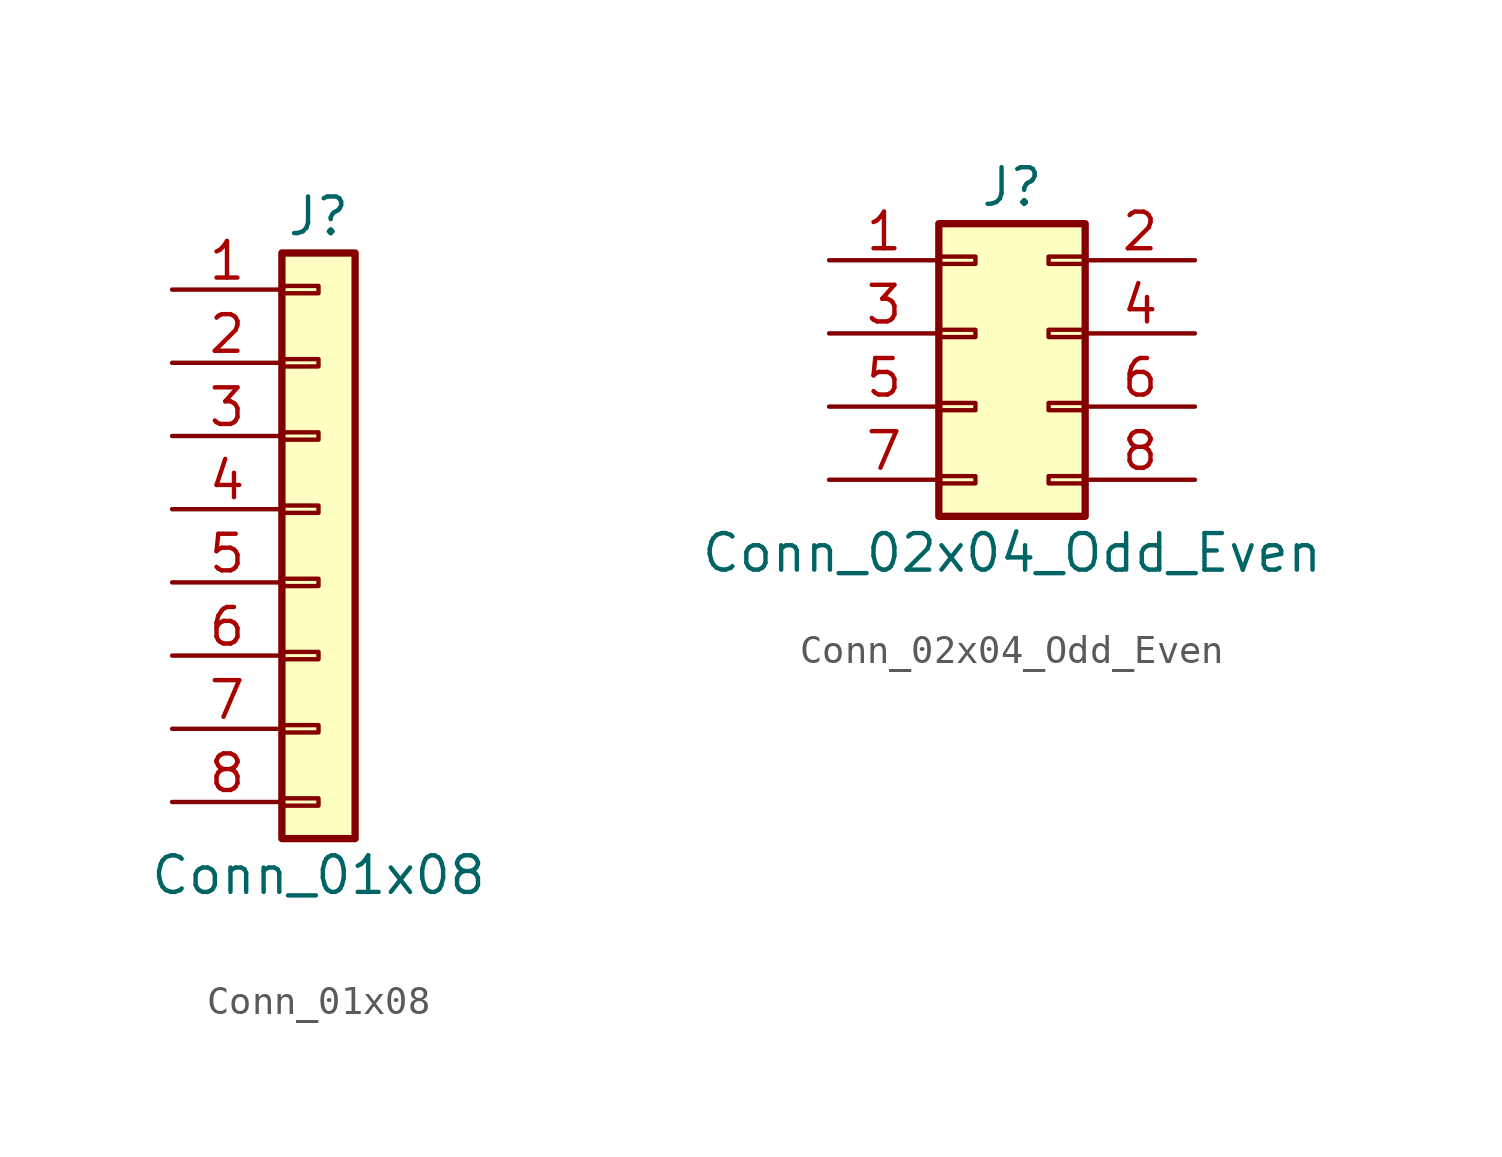
<source format=kicad_sym>
(kicad_symbol_lib
  (version 20231120)
  (generator "kicad_symbol_editor")
  (generator_version "8.0")
  (symbol "Conn_01x08"
    (pin_names
      (offset 1.016) hide)
    (property "Reference" "J"
      (at 0 10.16 0)
      (effects (font (size 1.27 1.27))))
    (property "Value" "Conn_01x08"
      (at 0 -12.7 0)
      (effects (font (size 1.27 1.27))))
    (symbol "Conn_01x08_1_1"
      (rectangle (start -1.27 -10.033) (end 0 -10.287) (stroke (width 0.152) (type solid)) (fill (type none)))
      (rectangle (start -1.27 -7.493) (end 0 -7.747) (stroke (width 0.152) (type solid)) (fill (type none)))
      (rectangle (start -1.27 -4.953) (end 0 -5.207) (stroke (width 0.152) (type solid)) (fill (type none)))
      (rectangle (start -1.27 -2.413) (end 0 -2.667) (stroke (width 0.152) (type solid)) (fill (type none)))
      (rectangle (start -1.27 0.127) (end 0 -0.127) (stroke (width 0.152) (type solid)) (fill (type none)))
      (rectangle (start -1.27 2.667) (end 0 2.413) (stroke (width 0.152) (type solid)) (fill (type none)))
      (rectangle (start -1.27 5.207) (end 0 4.953) (stroke (width 0.152) (type solid)) (fill (type none)))
      (rectangle (start -1.27 7.747) (end 0 7.493) (stroke (width 0.152) (type solid)) (fill (type none)))
      (rectangle (start -1.27 8.89) (end 1.27 -11.43) (stroke (width 0.254) (type solid)) (fill (type background)))
      (pin passive line (at -5.08 7.62 0) (length 3.81) (name "Pin_1" (effects (font (size 1.27 1.27)))) (number "1" (effects (font (size 1.27 1.27)))))
      (pin passive line (at -5.08 5.08 0) (length 3.81) (name "Pin_2" (effects (font (size 1.27 1.27)))) (number "2" (effects (font (size 1.27 1.27)))))
      (pin passive line (at -5.08 2.54 0) (length 3.81) (name "Pin_3" (effects (font (size 1.27 1.27)))) (number "3" (effects (font (size 1.27 1.27)))))
      (pin passive line (at -5.08 0 0) (length 3.81) (name "Pin_4" (effects (font (size 1.27 1.27)))) (number "4" (effects (font (size 1.27 1.27)))))
      (pin passive line (at -5.08 -2.54 0) (length 3.81) (name "Pin_5" (effects (font (size 1.27 1.27)))) (number "5" (effects (font (size 1.27 1.27)))))
      (pin passive line (at -5.08 -5.08 0) (length 3.81) (name "Pin_6" (effects (font (size 1.27 1.27)))) (number "6" (effects (font (size 1.27 1.27)))))
      (pin passive line (at -5.08 -7.62 0) (length 3.81) (name "Pin_7" (effects (font (size 1.27 1.27)))) (number "7" (effects (font (size 1.27 1.27)))))
      (pin passive line (at -5.08 -10.16 0) (length 3.81) (name "Pin_8" (effects (font (size 1.27 1.27)))) (number "8" (effects (font (size 1.27 1.27)))))))
  (symbol "Conn_02x04_Odd_Even"
    (pin_names
      (offset 1.016) hide)
    (property "Reference" "J"
      (at 1.27 5.08 0)
      (effects (font (size 1.27 1.27))))
    (property "Value" "Conn_02x04_Odd_Even"
      (at 1.27 -7.62 0)
      (effects (font (size 1.27 1.27))))
    (symbol "Conn_02x04_Odd_Even_1_1"
      (rectangle (start -1.27 -4.953) (end 0 -5.207) (stroke (width 0.152) (type solid)) (fill (type none)))
      (rectangle (start -1.27 -2.413) (end 0 -2.667) (stroke (width 0.152) (type solid)) (fill (type none)))
      (rectangle (start -1.27 0.127) (end 0 -0.127) (stroke (width 0.152) (type solid)) (fill (type none)))
      (rectangle (start -1.27 2.667) (end 0 2.413) (stroke (width 0.152) (type solid)) (fill (type none)))
      (rectangle (start -1.27 3.81) (end 3.81 -6.35) (stroke (width 0.254) (type solid)) (fill (type background)))
      (rectangle (start 3.81 -4.953) (end 2.54 -5.207) (stroke (width 0.152) (type solid)) (fill (type none)))
      (rectangle (start 3.81 -2.413) (end 2.54 -2.667) (stroke (width 0.152) (type solid)) (fill (type none)))
      (rectangle (start 3.81 0.127) (end 2.54 -0.127) (stroke (width 0.152) (type solid)) (fill (type none)))
      (rectangle (start 3.81 2.667) (end 2.54 2.413) (stroke (width 0.152) (type solid)) (fill (type none)))
      (pin passive line (at -5.08 2.54 0) (length 3.81) (name "Pin_1" (effects (font (size 1.27 1.27)))) (number "1" (effects (font (size 1.27 1.27)))))
      (pin passive line (at 7.62 2.54 180) (length 3.81) (name "Pin_2" (effects (font (size 1.27 1.27)))) (number "2" (effects (font (size 1.27 1.27)))))
      (pin passive line (at -5.08 0 0) (length 3.81) (name "Pin_3" (effects (font (size 1.27 1.27)))) (number "3" (effects (font (size 1.27 1.27)))))
      (pin passive line (at 7.62 0 180) (length 3.81) (name "Pin_4" (effects (font (size 1.27 1.27)))) (number "4" (effects (font (size 1.27 1.27)))))
      (pin passive line (at -5.08 -2.54 0) (length 3.81) (name "Pin_5" (effects (font (size 1.27 1.27)))) (number "5" (effects (font (size 1.27 1.27)))))
      (pin passive line (at 7.62 -2.54 180) (length 3.81) (name "Pin_6" (effects (font (size 1.27 1.27)))) (number "6" (effects (font (size 1.27 1.27)))))
      (pin passive line (at -5.08 -5.08 0) (length 3.81) (name "Pin_7" (effects (font (size 1.27 1.27)))) (number "7" (effects (font (size 1.27 1.27)))))
      (pin passive line (at 7.62 -5.08 180) (length 3.81) (name "Pin_8" (effects (font (size 1.27 1.27)))) (number "8" (effects (font (size 1.27 1.27))))))))
</source>
